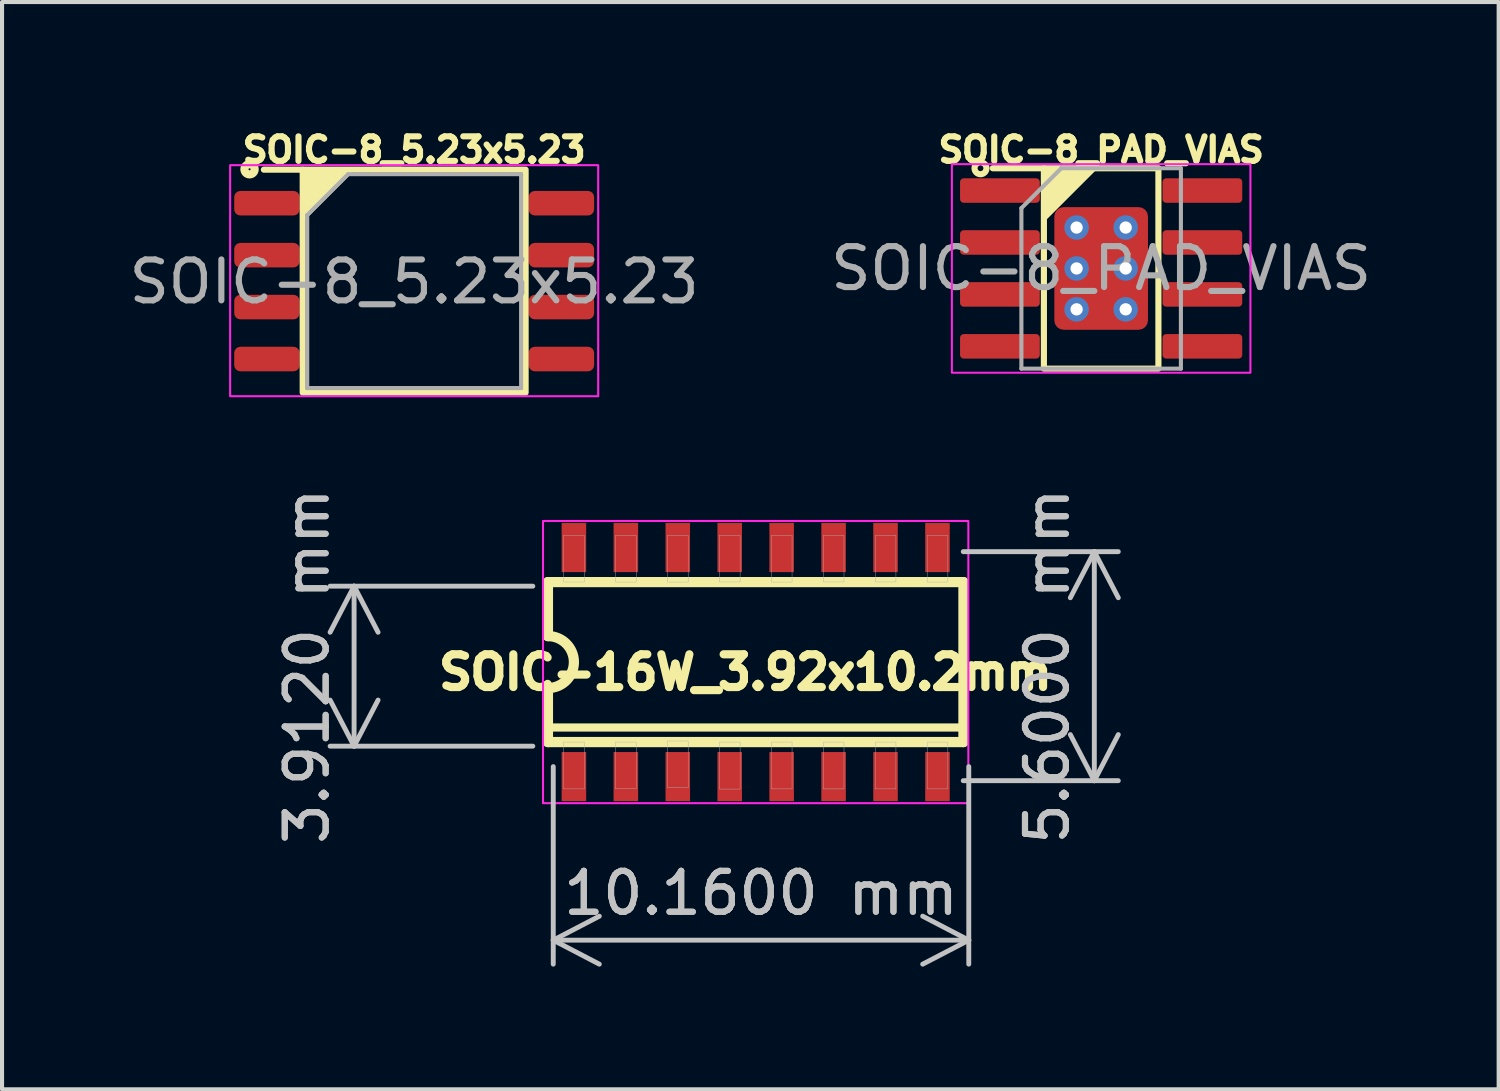
<source format=kicad_pcb>
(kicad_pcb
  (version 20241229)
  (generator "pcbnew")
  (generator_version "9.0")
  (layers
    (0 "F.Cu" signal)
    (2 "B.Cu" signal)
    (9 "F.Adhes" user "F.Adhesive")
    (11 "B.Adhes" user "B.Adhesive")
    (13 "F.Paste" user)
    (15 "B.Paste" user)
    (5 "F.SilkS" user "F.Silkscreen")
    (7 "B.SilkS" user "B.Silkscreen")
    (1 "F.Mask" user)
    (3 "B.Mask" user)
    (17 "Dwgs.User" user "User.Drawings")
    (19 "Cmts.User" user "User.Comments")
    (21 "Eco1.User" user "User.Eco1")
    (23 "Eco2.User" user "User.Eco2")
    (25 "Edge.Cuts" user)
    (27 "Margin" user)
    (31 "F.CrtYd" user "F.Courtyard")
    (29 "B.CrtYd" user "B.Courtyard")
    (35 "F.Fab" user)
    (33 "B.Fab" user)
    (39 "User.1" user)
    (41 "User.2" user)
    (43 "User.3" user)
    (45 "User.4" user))
  (footprint "SOIC-8_PAD_VIAS"
    (layer "F.Cu")
    (at 23.875 3.514)
    (property "Reference" "SOIC-8_PAD_VIAS" (at 0 -2.9 0) (unlocked yes) (layer "F.SilkS") (effects (font (size 0.6 0.6) (thickness 0.15) (bold yes))))
    (attr smd)
    (fp_line (start -1.4 -2.45) (end -2.65 -2.45) (stroke (width 0.15) (type default)) (layer "F.SilkS"))
    (fp_rect (start -1.4 -2.45) (end 1.4 2.45) (stroke (width 0.15) (type default)) (fill no) (layer "F.SilkS"))
    (fp_circle (center -2.95 -2.45) (end -2.879 -2.45) (stroke (width 0.15) (type default)) (fill no) (layer "F.SilkS"))
    (fp_poly (pts (xy -1.363 -2.413) (xy -1.363 -1.238) (xy -0.188 -2.413)) (stroke (width 0.1) (type solid)) (fill yes) (layer "F.SilkS"))
    (fp_rect (start -3.65 -2.55) (end 3.65 2.55) (stroke (width 0.05) (type default)) (fill no) (layer "F.CrtYd"))
    (fp_line (start -1.95 -1.475) (end -0.975 -2.45) (stroke (width 0.1) (type solid)) (layer "F.Fab"))
    (fp_line (start -1.95 2.45) (end -1.95 -1.475) (stroke (width 0.1) (type solid)) (layer "F.Fab"))
    (fp_line (start -0.975 -2.45) (end 1.95 -2.45) (stroke (width 0.1) (type solid)) (layer "F.Fab"))
    (fp_line (start 1.95 -2.45) (end 1.95 2.45) (stroke (width 0.1) (type solid)) (layer "F.Fab"))
    (fp_line (start 1.95 2.45) (end -1.95 2.45) (stroke (width 0.1) (type solid)) (layer "F.Fab"))
    (fp_text user "${REFERENCE}" (at 0 0 0) (unlocked yes) (layer "F.Fab") (effects (font (size 1 1) (thickness 0.15))))
    (pad "" smd roundrect (at -0.57 -0.75) (size 0.92 1.21) (layers "F.Paste") (roundrect_rratio 0.25))
    (pad "" smd roundrect (at -0.57 0.75) (size 0.92 1.21) (layers "F.Paste") (roundrect_rratio 0.25))
    (pad "" smd roundrect (at 0.57 -0.75) (size 0.92 1.21) (layers "F.Paste") (roundrect_rratio 0.25))
    (pad "" smd roundrect (at 0.57 0.75) (size 0.92 1.21) (layers "F.Paste") (roundrect_rratio 0.25))
    (pad "1" smd roundrect (at -2.475 -1.905) (size 1.95 0.6) (layers "F.Cu" "F.Mask" "F.Paste") (roundrect_rratio 0.15))
    (pad "2" smd roundrect (at -2.475 -0.635) (size 1.95 0.6) (layers "F.Cu" "F.Mask" "F.Paste") (roundrect_rratio 0.15))
    (pad "3" smd roundrect (at -2.475 0.635) (size 1.95 0.6) (layers "F.Cu" "F.Mask" "F.Paste") (roundrect_rratio 0.15))
    (pad "4" smd roundrect (at -2.475 1.905) (size 1.95 0.6) (layers "F.Cu" "F.Mask" "F.Paste") (roundrect_rratio 0.15))
    (pad "5" smd roundrect (at 2.475 1.905) (size 1.95 0.6) (layers "F.Cu" "F.Mask" "F.Paste") (roundrect_rratio 0.15))
    (pad "6" smd roundrect (at 2.475 0.635) (size 1.95 0.6) (layers "F.Cu" "F.Mask" "F.Paste") (roundrect_rratio 0.15))
    (pad "7" smd roundrect (at 2.475 -0.635) (size 1.95 0.6) (layers "F.Cu" "F.Mask" "F.Paste") (roundrect_rratio 0.15))
    (pad "8" smd roundrect (at 2.475 -1.905) (size 1.95 0.6) (layers "F.Cu" "F.Mask" "F.Paste") (roundrect_rratio 0.15))
    (pad "9" thru_hole circle (at -0.6 -1) (size 0.6 0.6) (drill 0.3) (layers "*.Cu"))
    (pad "9" thru_hole circle (at -0.6 0) (size 0.6 0.6) (drill 0.3) (layers "*.Cu"))
    (pad "9" thru_hole circle (at -0.6 1) (size 0.6 0.6) (drill 0.3) (layers "*.Cu"))
    (pad "9" smd roundrect (at 0 0) (size 2.29 3) (layers "F.Cu" "F.Mask") (roundrect_rratio 0.1))
    (pad "9" thru_hole circle (at 0.6 -1) (size 0.6 0.6) (drill 0.3) (layers "*.Cu"))
    (pad "9" thru_hole circle (at 0.6 0) (size 0.6 0.6) (drill 0.3) (layers "*.Cu"))
    (pad "9" thru_hole circle (at 0.6 1) (size 0.6 0.6) (drill 0.3) (layers "*.Cu")))
  (footprint "SOIC-8_5.23x5.23"
    (layer "F.Cu")
    (at 7.077 3.839)
    (property "Reference" "SOIC-8_5.23x5.23" (at 0 -3.225 0) (unlocked yes) (layer "F.SilkS") (effects (font (size 0.6 0.6) (thickness 0.15) (bold yes))))
    (attr smd)
    (fp_line (start -2.725 -2.74) (end -3.675 -2.74) (stroke (width 0.15) (type default)) (layer "F.SilkS"))
    (fp_rect (start -2.725 -2.74) (end 2.725 2.71) (stroke (width 0.15) (type default)) (fill no) (layer "F.SilkS"))
    (fp_circle (center -4.025 -2.75) (end -3.9 -2.75) (stroke (width 0.2) (type default)) (fill no) (layer "F.SilkS"))
    (fp_poly (pts (xy -2.725 -2.74) (xy -2.725 -1.525) (xy -1.5 -2.75) (xy -2.715 -2.75)) (stroke (width 0.1) (type solid)) (fill yes) (layer "F.SilkS"))
    (fp_rect (start 4.5 -2.85) (end -4.5 2.8) (stroke (width 0.05) (type default)) (fill no) (layer "F.CrtYd"))
    (fp_line (start -2.615 -1.63) (end -1.615 -2.63) (stroke (width 0.1) (type solid)) (layer "F.Fab"))
    (fp_line (start -2.615 2.6) (end -2.615 -1.63) (stroke (width 0.1) (type solid)) (layer "F.Fab"))
    (fp_line (start -1.615 -2.63) (end 2.615 -2.63) (stroke (width 0.1) (type solid)) (layer "F.Fab"))
    (fp_line (start 2.615 -2.63) (end 2.615 2.6) (stroke (width 0.1) (type solid)) (layer "F.Fab"))
    (fp_line (start 2.615 2.6) (end -2.615 2.6) (stroke (width 0.1) (type solid)) (layer "F.Fab"))
    (fp_text user "${REFERENCE}" (at 0 0 0) (unlocked yes) (layer "F.Fab") (effects (font (size 1 1) (thickness 0.15))))
    (pad "1" smd roundrect (at -3.6 -1.92) (size 1.6 0.6) (layers "F.Cu" "F.Mask" "F.Paste") (roundrect_rratio 0.25))
    (pad "2" smd roundrect (at -3.6 -0.65) (size 1.6 0.6) (layers "F.Cu" "F.Mask" "F.Paste") (roundrect_rratio 0.25))
    (pad "3" smd roundrect (at -3.6 0.62) (size 1.6 0.6) (layers "F.Cu" "F.Mask" "F.Paste") (roundrect_rratio 0.25))
    (pad "4" smd roundrect (at -3.6 1.89) (size 1.6 0.6) (layers "F.Cu" "F.Mask" "F.Paste") (roundrect_rratio 0.25))
    (pad "5" smd roundrect (at 3.6 1.89) (size 1.6 0.6) (layers "F.Cu" "F.Mask" "F.Paste") (roundrect_rratio 0.25))
    (pad "6" smd roundrect (at 3.6 0.62) (size 1.6 0.6) (layers "F.Cu" "F.Mask" "F.Paste") (roundrect_rratio 0.25))
    (pad "7" smd roundrect (at 3.6 -0.65) (size 1.6 0.6) (layers "F.Cu" "F.Mask" "F.Paste") (roundrect_rratio 0.25))
    (pad "8" smd roundrect (at 3.6 -1.92) (size 1.6 0.6) (layers "F.Cu" "F.Mask" "F.Paste") (roundrect_rratio 0.25)))
  (footprint "SOIC-16W_3.92x10.2mm"
    (layer "F.Cu")
    (at 15.428 13.139)
    (property "Reference" "SOIC-16W_3.92x10.2mm" (at -0.25 0.25 0) (layer "F.SilkS") (effects (font (size 0.8 0.8) (thickness 0.3))))
    (attr smd)
    (fp_line (start -5.08 -0.635) (end -5.08 -1.956) (stroke (width 0.25) (type solid)) (layer "F.SilkS"))
    (fp_line (start -5.08 1.6) (end 5.08 1.6) (stroke (width 0.2) (type solid)) (layer "F.SilkS"))
    (fp_line (start -5.08 1.956) (end -5.08 0.635) (stroke (width 0.25) (type solid)) (layer "F.SilkS"))
    (fp_line (start -5.08 1.956) (end 5.08 1.956) (stroke (width 0.25) (type solid)) (layer "F.SilkS"))
    (fp_line (start 5.08 -1.956) (end -5.08 -1.956) (stroke (width 0.25) (type solid)) (layer "F.SilkS"))
    (fp_line (start 5.08 1.956) (end 5.08 -1.956) (stroke (width 0.25) (type solid)) (layer "F.SilkS"))
    (fp_arc (start -5.08 -0.635) (mid -4.445 0) (end -5.08 0.635) (stroke (width 0.25) (type solid)) (layer "F.SilkS"))
    (fp_rect (start -5.2 -3.45) (end 5.2 3.45) (stroke (width 0.05) (type default)) (fill no) (layer "F.CrtYd"))
    (fp_poly (pts (xy -4.703 -3.099) (xy -4.191 -3.099) (xy -4.191 -1.958) (xy -4.703 -1.958)) (stroke (width 0.01) (type solid)) (fill no) (layer "F.Fab"))
    (fp_poly (pts (xy -4.7 1.956) (xy -4.191 1.956) (xy -4.191 3.1) (xy -4.7 3.1)) (stroke (width 0.01) (type solid)) (fill no) (layer "F.Fab"))
    (fp_poly (pts (xy -3.431 -3.099) (xy -2.921 -3.099) (xy -2.921 -1.957) (xy -3.431 -1.957)) (stroke (width 0.01) (type solid)) (fill no) (layer "F.Fab"))
    (fp_poly (pts (xy -3.429 1.956) (xy -2.921 1.956) (xy -2.921 3.099) (xy -3.429 3.099)) (stroke (width 0.01) (type solid)) (fill no) (layer "F.Fab"))
    (fp_poly (pts (xy -2.16 -3.099) (xy -1.651 -3.099) (xy -1.651 -1.957) (xy -2.16 -1.957)) (stroke (width 0.01) (type solid)) (fill no) (layer "F.Fab"))
    (fp_poly (pts (xy -2.159 1.93) (xy -1.651 1.93) (xy -1.651 3.074) (xy -2.159 3.074)) (stroke (width 0.01) (type solid)) (fill no) (layer "F.Fab"))
    (fp_poly (pts (xy -0.891 1.956) (xy -0.381 1.956) (xy -0.381 3.105) (xy -0.891 3.105)) (stroke (width 0.01) (type solid)) (fill no) (layer "F.Fab"))
    (fp_poly (pts (xy -0.89 -3.099) (xy -0.381 -3.099) (xy -0.381 -1.959) (xy -0.89 -1.959)) (stroke (width 0.01) (type solid)) (fill no) (layer "F.Fab"))
    (fp_poly (pts (xy 0.381 -3.099) (xy 0.889 -3.099) (xy 0.889 -1.956) (xy 0.381 -1.956)) (stroke (width 0.01) (type solid)) (fill no) (layer "F.Fab"))
    (fp_poly (pts (xy 0.381 1.956) (xy 0.889 1.956) (xy 0.889 3.1) (xy 0.381 3.1)) (stroke (width 0.01) (type solid)) (fill no) (layer "F.Fab"))
    (fp_poly (pts (xy 1.652 1.956) (xy 2.159 1.956) (xy 2.159 3.101) (xy 1.652 3.101)) (stroke (width 0.01) (type solid)) (fill no) (layer "F.Fab"))
    (fp_poly (pts (xy 1.654 -3.099) (xy 2.159 -3.099) (xy 2.159 -1.959) (xy 1.654 -1.959)) (stroke (width 0.01) (type solid)) (fill no) (layer "F.Fab"))
    (fp_poly (pts (xy 2.922 1.956) (xy 3.429 1.956) (xy 3.429 3.1) (xy 2.922 3.1)) (stroke (width 0.01) (type solid)) (fill no) (layer "F.Fab"))
    (fp_poly (pts (xy 2.927 -3.099) (xy 3.429 -3.099) (xy 3.429 -1.96) (xy 2.927 -1.96)) (stroke (width 0.01) (type solid)) (fill no) (layer "F.Fab"))
    (fp_poly (pts (xy 4.193 -3.099) (xy 4.699 -3.099) (xy 4.699 -1.957) (xy 4.193 -1.957)) (stroke (width 0.01) (type solid)) (fill no) (layer "F.Fab"))
    (fp_poly (pts (xy 4.193 1.956) (xy 4.699 1.956) (xy 4.699 3.1) (xy 4.193 3.1)) (stroke (width 0.01) (type solid)) (fill no) (layer "F.Fab"))
    (dimension (type aligned) (layer "Dwgs.User") (pts (xy 10.478 11.283) (xy 10.478 15.195)) (height 4.87) (format (prefix "") (suffix "") (units 3) (units_format 1) (precision 4)) (style (thickness 0.12) (arrow_length 1.27) (text_position_mode 0) (arrow_direction outward) (extension_height 0.586) (extension_offset 0.5) (keep_text_aligned yes)) (gr_text "3.9116 mm" (at 4.458 13.239 90) (layer "Dwgs.User") (effects (font (size 1 1) (thickness 0.15)))))
    (dimension (type aligned) (layer "Dwgs.User") (pts (xy 20.003 10.439) (xy 20.003 16.039)) (height -3.705) (format (prefix "") (suffix "") (units 3) (units_format 1) (precision 4)) (style (thickness 0.12) (arrow_length 1.27) (text_position_mode 0) (arrow_direction outward) (extension_height 0.586) (extension_offset 0.5) (keep_text_aligned yes)) (gr_text "5.6000 mm" (at 22.558 13.239 90) (layer "Dwgs.User") (effects (font (size 1 1) (thickness 0.15)))))
    (dimension (type aligned) (layer "Dwgs.User") (pts (xy 10.478 15.195) (xy 20.638 15.195)) (height 4.744) (format (prefix "") (suffix "") (units 3) (units_format 1) (precision 4)) (style (thickness 0.12) (arrow_length 1.27) (text_position_mode 0) (arrow_direction outward) (extension_height 0.586) (extension_offset 0.5) (keep_text_aligned yes)) (gr_text "10.1600 mm" (at 15.558 18.789 0) (layer "Dwgs.User") (effects (font (size 1 1) (thickness 0.15)))))
    (pad "1" smd rect (at -4.445 2.8) (size 0.6 1.2) (layers "F.Cu" "F.Mask" "F.Paste"))
    (pad "2" smd rect (at -3.175 2.8) (size 0.6 1.2) (layers "F.Cu" "F.Mask" "F.Paste"))
    (pad "3" smd rect (at -1.905 2.8) (size 0.6 1.2) (layers "F.Cu" "F.Mask" "F.Paste"))
    (pad "4" smd rect (at -0.635 2.8) (size 0.6 1.2) (layers "F.Cu" "F.Mask" "F.Paste"))
    (pad "5" smd rect (at 0.635 2.8) (size 0.6 1.2) (layers "F.Cu" "F.Mask" "F.Paste"))
    (pad "6" smd rect (at 1.905 2.8) (size 0.6 1.2) (layers "F.Cu" "F.Mask" "F.Paste"))
    (pad "7" smd rect (at 3.175 2.8) (size 0.6 1.2) (layers "F.Cu" "F.Mask" "F.Paste"))
    (pad "8" smd rect (at 4.445 2.8) (size 0.6 1.2) (layers "F.Cu" "F.Mask" "F.Paste"))
    (pad "9" smd rect (at 4.445 -2.8) (size 0.6 1.2) (layers "F.Cu" "F.Mask" "F.Paste"))
    (pad "10" smd rect (at 3.175 -2.8) (size 0.6 1.2) (layers "F.Cu" "F.Mask" "F.Paste"))
    (pad "11" smd rect (at 1.905 -2.8) (size 0.6 1.2) (layers "F.Cu" "F.Mask" "F.Paste"))
    (pad "12" smd rect (at 0.635 -2.8) (size 0.6 1.2) (layers "F.Cu" "F.Mask" "F.Paste"))
    (pad "13" smd rect (at -0.635 -2.8) (size 0.6 1.2) (layers "F.Cu" "F.Mask" "F.Paste"))
    (pad "14" smd rect (at -1.905 -2.8) (size 0.6 1.2) (layers "F.Cu" "F.Mask" "F.Paste"))
    (pad "15" smd rect (at -3.175 -2.8) (size 0.6 1.2) (layers "F.Cu" "F.Mask" "F.Paste"))
    (pad "16" smd rect (at -4.445 -2.8) (size 0.6 1.2) (layers "F.Cu" "F.Mask" "F.Paste")))
  (gr_rect
    (start -3 -3)
    (end 33.595 23.586)
    (stroke (width 0.1) (type default))
    (fill no)
    (layer "Edge.Cuts")))
</source>
